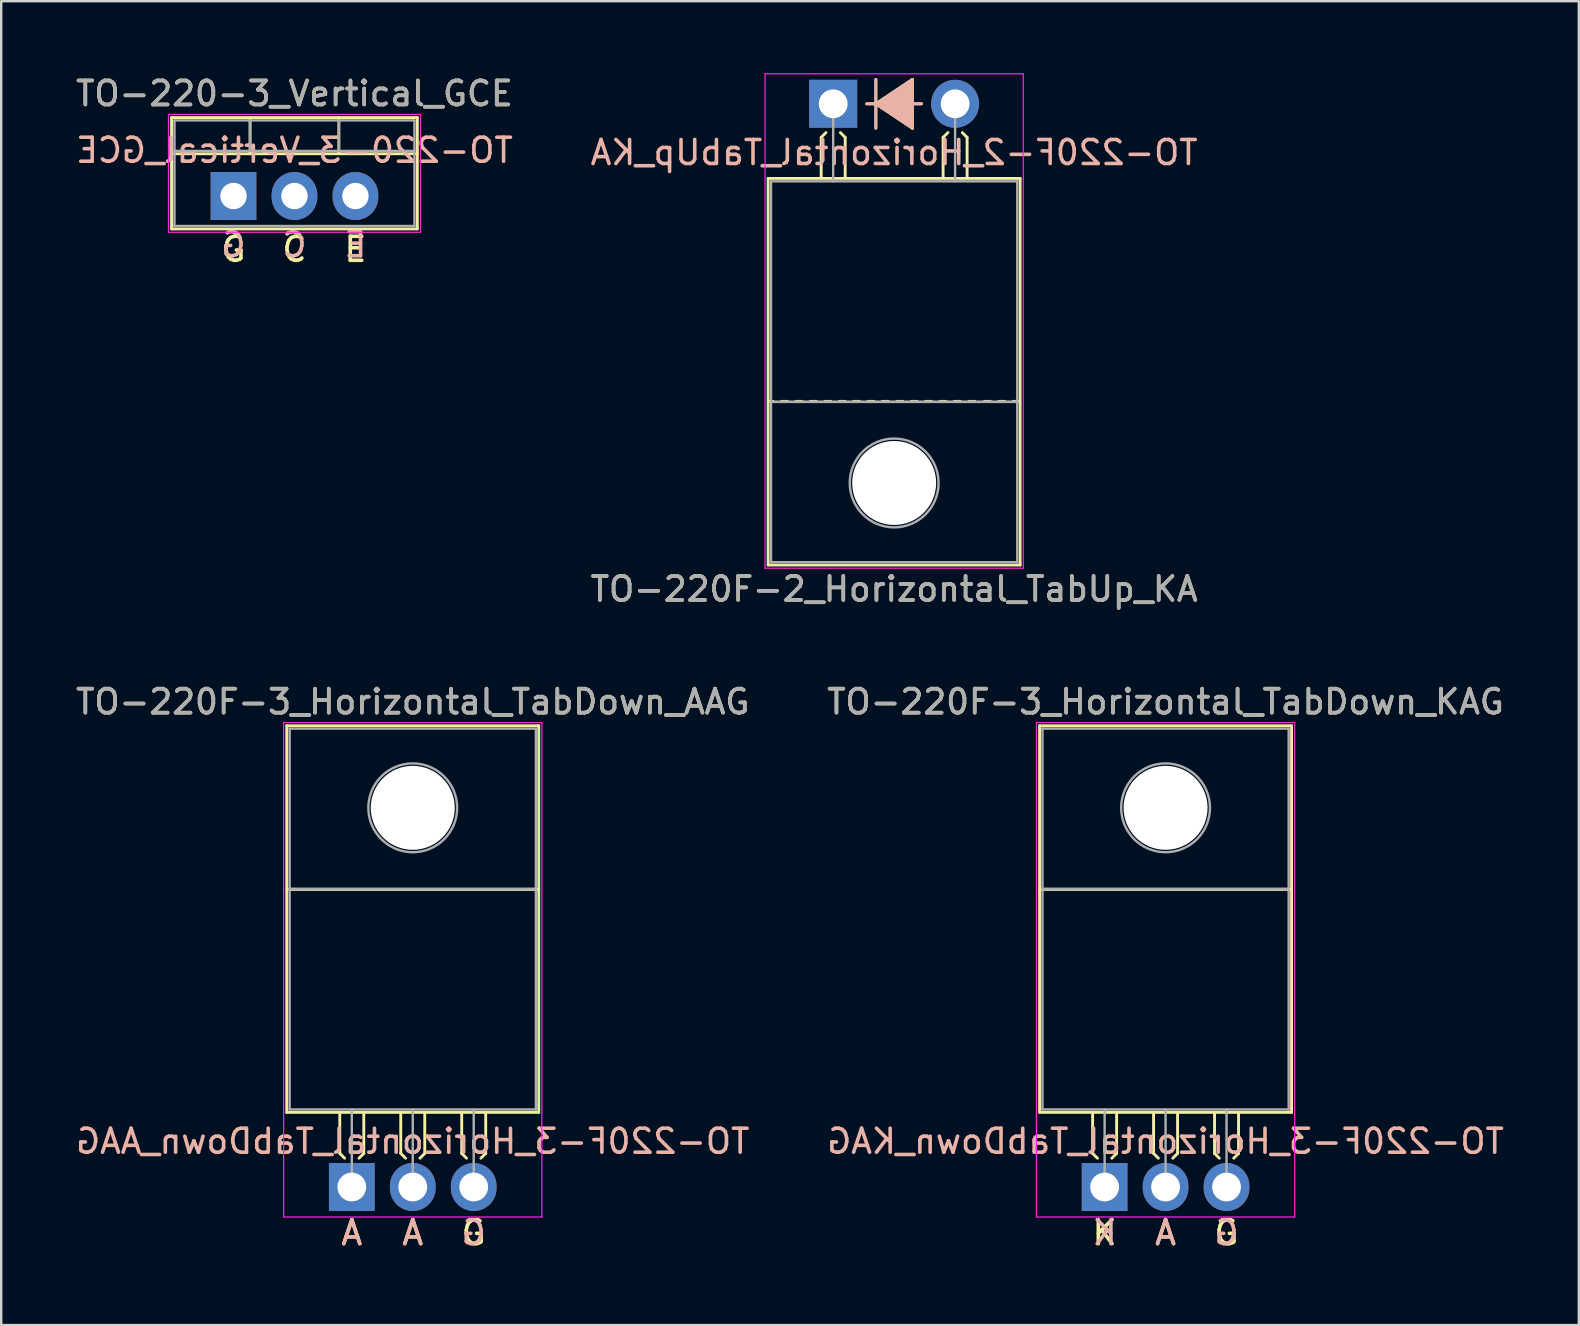
<source format=kicad_pcb>
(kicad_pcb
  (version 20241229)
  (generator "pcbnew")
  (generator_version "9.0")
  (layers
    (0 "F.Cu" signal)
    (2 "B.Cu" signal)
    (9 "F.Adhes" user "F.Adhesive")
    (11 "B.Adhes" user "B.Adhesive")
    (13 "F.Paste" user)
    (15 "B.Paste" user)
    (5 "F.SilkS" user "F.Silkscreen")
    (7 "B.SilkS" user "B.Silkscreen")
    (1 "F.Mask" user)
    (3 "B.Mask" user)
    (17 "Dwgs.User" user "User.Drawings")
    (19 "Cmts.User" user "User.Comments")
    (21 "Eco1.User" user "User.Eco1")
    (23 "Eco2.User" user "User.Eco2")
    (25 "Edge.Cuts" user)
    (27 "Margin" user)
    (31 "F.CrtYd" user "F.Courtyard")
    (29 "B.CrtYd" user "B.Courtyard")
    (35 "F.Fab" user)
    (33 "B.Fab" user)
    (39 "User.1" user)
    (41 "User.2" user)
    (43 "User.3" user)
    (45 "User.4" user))
  (footprint "TO-220F-2_Horizontal_TabUp_KA"
    (layer "F.Cu")
    (at 31.668 1.275)
    (property "Reference" "TO-220F-2_Horizontal_TabUp_KA" (at 2.54 20.22 0) (layer "F.SilkS") (effects (font (size 1 1) (thickness 0.15))))
    (fp_line (start -2.71 19.22) (end -2.71 3.11) (stroke (width 0.12) (type solid)) (layer "F.SilkS"))
    (fp_line (start -2.5 12.4) (end -2.7 12.4) (stroke (width 0.12) (type solid)) (layer "F.SilkS"))
    (fp_line (start -1.9 12.4) (end -2.15 12.4) (stroke (width 0.12) (type solid)) (layer "F.SilkS"))
    (fp_line (start -1.3 12.4) (end -1.55 12.4) (stroke (width 0.12) (type solid)) (layer "F.SilkS"))
    (fp_line (start -0.7 12.4) (end -0.95 12.4) (stroke (width 0.12) (type solid)) (layer "F.SilkS"))
    (fp_line (start -0.5 1.4) (end -0.3 1.2) (stroke (width 0.12) (type solid)) (layer "F.SilkS"))
    (fp_line (start -0.5 3.048) (end -0.5 1.4) (stroke (width 0.12) (type solid)) (layer "F.SilkS"))
    (fp_line (start -0.1 12.4) (end -0.35 12.4) (stroke (width 0.12) (type solid)) (layer "F.SilkS"))
    (fp_line (start 0.5 1.4) (end 0.3 1.2) (stroke (width 0.12) (type solid)) (layer "F.SilkS"))
    (fp_line (start 0.5 3.048) (end 0.5 1.4) (stroke (width 0.12) (type solid)) (layer "F.SilkS"))
    (fp_line (start 0.5 12.4) (end 0.25 12.4) (stroke (width 0.12) (type solid)) (layer "F.SilkS"))
    (fp_line (start 1.1 12.4) (end 0.85 12.4) (stroke (width 0.12) (type solid)) (layer "F.SilkS"))
    (fp_line (start 1.397 0) (end 1.778 0) (stroke (width 0.12) (type solid)) (layer "F.SilkS"))
    (fp_line (start 1.7 12.4) (end 1.45 12.4) (stroke (width 0.12) (type solid)) (layer "F.SilkS"))
    (fp_line (start 1.778 0) (end 1.778 -1.016) (stroke (width 0.12) (type solid)) (layer "F.SilkS"))
    (fp_line (start 1.778 0) (end 1.778 1.016) (stroke (width 0.12) (type solid)) (layer "F.SilkS"))
    (fp_line (start 1.778 0) (end 3.302 1.016) (stroke (width 0.12) (type solid)) (layer "F.SilkS"))
    (fp_line (start 2.3 12.4) (end 2.05 12.4) (stroke (width 0.12) (type solid)) (layer "F.SilkS"))
    (fp_line (start 2.9 12.4) (end 2.65 12.4) (stroke (width 0.12) (type solid)) (layer "F.SilkS"))
    (fp_line (start 3.302 -1.016) (end 1.778 0) (stroke (width 0.12) (type solid)) (layer "F.SilkS"))
    (fp_line (start 3.302 0) (end 3.683 0) (stroke (width 0.12) (type solid)) (layer "F.SilkS"))
    (fp_line (start 3.302 1.016) (end 3.302 -1.016) (stroke (width 0.12) (type solid)) (layer "F.SilkS"))
    (fp_line (start 3.5 12.4) (end 3.25 12.4) (stroke (width 0.12) (type solid)) (layer "F.SilkS"))
    (fp_line (start 4.1 12.4) (end 3.85 12.4) (stroke (width 0.12) (type solid)) (layer "F.SilkS"))
    (fp_line (start 4.58 1.4) (end 4.78 1.2) (stroke (width 0.12) (type solid)) (layer "F.SilkS"))
    (fp_line (start 4.58 3.048) (end 4.58 1.4) (stroke (width 0.12) (type solid)) (layer "F.SilkS"))
    (fp_line (start 4.7 12.4) (end 4.45 12.4) (stroke (width 0.12) (type solid)) (layer "F.SilkS"))
    (fp_line (start 5.3 12.4) (end 5.05 12.4) (stroke (width 0.12) (type solid)) (layer "F.SilkS"))
    (fp_line (start 5.58 1.4) (end 5.38 1.2) (stroke (width 0.12) (type solid)) (layer "F.SilkS"))
    (fp_line (start 5.58 3.048) (end 5.58 1.4) (stroke (width 0.12) (type solid)) (layer "F.SilkS"))
    (fp_line (start 5.9 12.4) (end 5.65 12.4) (stroke (width 0.12) (type solid)) (layer "F.SilkS"))
    (fp_line (start 6.55 12.4) (end 6.3 12.4) (stroke (width 0.12) (type solid)) (layer "F.SilkS"))
    (fp_line (start 7.15 12.4) (end 6.9 12.4) (stroke (width 0.12) (type solid)) (layer "F.SilkS"))
    (fp_line (start 7.75 12.4) (end 7.5 12.4) (stroke (width 0.12) (type solid)) (layer "F.SilkS"))
    (fp_line (start 7.79 3.11) (end -2.71 3.11) (stroke (width 0.12) (type solid)) (layer "F.SilkS"))
    (fp_line (start 7.79 19.22) (end -2.71 19.22) (stroke (width 0.12) (type solid)) (layer "F.SilkS"))
    (fp_line (start 7.79 19.22) (end 7.79 3.11) (stroke (width 0.12) (type solid)) (layer "F.SilkS"))
    (fp_poly (pts (xy 3.3 1) (xy 1.8 0) (xy 3.3 -1)) (stroke (width 0.1) (type solid)) (fill yes) (layer "F.SilkS"))
    (fp_line (start 1.397 0) (end 1.778 0) (stroke (width 0.12) (type solid)) (layer "B.SilkS"))
    (fp_line (start 1.778 0) (end 1.778 -1.016) (stroke (width 0.12) (type solid)) (layer "B.SilkS"))
    (fp_line (start 1.778 0) (end 1.778 1.016) (stroke (width 0.12) (type solid)) (layer "B.SilkS"))
    (fp_line (start 1.778 0) (end 3.302 -1.016) (stroke (width 0.12) (type solid)) (layer "B.SilkS"))
    (fp_line (start 3.302 -1.016) (end 3.302 1.016) (stroke (width 0.12) (type solid)) (layer "B.SilkS"))
    (fp_line (start 3.302 0) (end 3.683 0) (stroke (width 0.12) (type solid)) (layer "B.SilkS"))
    (fp_line (start 3.302 1.016) (end 1.778 0) (stroke (width 0.12) (type solid)) (layer "B.SilkS"))
    (fp_poly (pts (xy 3.3 -1) (xy 1.8 0) (xy 3.3 1)) (stroke (width 0.1) (type solid)) (fill yes) (layer "B.SilkS"))
    (fp_line (start -2.84 -1.25) (end -2.84 19.35) (stroke (width 0.05) (type solid)) (layer "F.CrtYd"))
    (fp_line (start -2.84 19.35) (end 7.92 19.35) (stroke (width 0.05) (type solid)) (layer "F.CrtYd"))
    (fp_line (start 7.92 -1.25) (end -2.84 -1.25) (stroke (width 0.05) (type solid)) (layer "F.CrtYd"))
    (fp_line (start 7.92 19.35) (end 7.92 -1.25) (stroke (width 0.05) (type solid)) (layer "F.CrtYd"))
    (fp_line (start -2.59 3.23) (end -2.59 12.42) (stroke (width 0.1) (type solid)) (layer "F.Fab"))
    (fp_line (start -2.59 12.42) (end -2.59 19.1) (stroke (width 0.1) (type solid)) (layer "F.Fab"))
    (fp_line (start -2.59 12.42) (end 7.67 12.42) (stroke (width 0.1) (type solid)) (layer "F.Fab"))
    (fp_line (start -2.59 19.1) (end 7.67 19.1) (stroke (width 0.1) (type solid)) (layer "F.Fab"))
    (fp_line (start 0 3.23) (end 0 0) (stroke (width 0.1) (type solid)) (layer "F.Fab"))
    (fp_line (start 5.08 3.23) (end 5.08 0) (stroke (width 0.1) (type solid)) (layer "F.Fab"))
    (fp_line (start 7.67 3.23) (end -2.59 3.23) (stroke (width 0.1) (type solid)) (layer "F.Fab"))
    (fp_line (start 7.67 12.42) (end -2.59 12.42) (stroke (width 0.1) (type solid)) (layer "F.Fab"))
    (fp_line (start 7.67 12.42) (end 7.67 3.23) (stroke (width 0.1) (type solid)) (layer "F.Fab"))
    (fp_line (start 7.67 19.1) (end 7.67 12.42) (stroke (width 0.1) (type solid)) (layer "F.Fab"))
    (fp_circle (center 2.54 15.8) (end 4.39 15.8) (stroke (width 0.1) (type solid)) (fill no) (layer "F.Fab"))
    (fp_text user "${REFERENCE}" (at 2.54 2.032 0) (layer "B.SilkS") (effects (font (size 1 1) (thickness 0.15)) (justify mirror)))
    (fp_text user "${REFERENCE}" (at 2.54 20.22 0) (layer "F.Fab") (effects (font (size 1 1) (thickness 0.15))))
    (pad "" np_thru_hole oval (at 2.54 15.8) (size 3.5 3.5) (drill 3.5) (layers "*.Cu" "*.Mask"))
    (pad "1" thru_hole rect (at 0 0) (size 2 2) (drill 1.2) (layers "*.Cu" "*.Mask"))
    (pad "2" thru_hole oval (at 5.08 0) (size 2 2) (drill 1.2) (layers "*.Cu" "*.Mask")))
  (footprint "TO-220F-3_Horizontal_TabDown_KAG"
    (layer "F.Cu")
    (at 42.978 46.411)
    (property "Reference" "TO-220F-3_Horizontal_TabDown_KAG" (at 2.54 -20.22 0) (layer "F.SilkS") (effects (font (size 1 1) (thickness 0.15))))
    (fp_line (start -2.71 -19.22) (end -2.71 -3.11) (stroke (width 0.12) (type solid)) (layer "F.SilkS"))
    (fp_line (start -2.71 -19.22) (end 7.79 -19.22) (stroke (width 0.12) (type solid)) (layer "F.SilkS"))
    (fp_line (start -2.71 -3.11) (end 7.79 -3.11) (stroke (width 0.12) (type solid)) (layer "F.SilkS"))
    (fp_line (start -2.7 -12.4) (end 7.75 -12.4) (stroke (width 0.12) (type solid)) (layer "F.SilkS"))
    (fp_line (start -0.5 -3.048) (end -0.5 -1.4) (stroke (width 0.12) (type solid)) (layer "F.SilkS"))
    (fp_line (start -0.5 -1.4) (end -0.3 -1.2) (stroke (width 0.12) (type solid)) (layer "F.SilkS"))
    (fp_line (start 0.5 -3.048) (end 0.5 -1.4) (stroke (width 0.12) (type solid)) (layer "F.SilkS"))
    (fp_line (start 0.5 -1.4) (end 0.3 -1.2) (stroke (width 0.12) (type solid)) (layer "F.SilkS"))
    (fp_line (start 2.04 -3.048) (end 2.04 -1.4) (stroke (width 0.12) (type solid)) (layer "F.SilkS"))
    (fp_line (start 2.04 -1.4) (end 2.24 -1.2) (stroke (width 0.12) (type solid)) (layer "F.SilkS"))
    (fp_line (start 3.04 -3.048) (end 3.04 -1.4) (stroke (width 0.12) (type solid)) (layer "F.SilkS"))
    (fp_line (start 3.04 -1.4) (end 2.84 -1.2) (stroke (width 0.12) (type solid)) (layer "F.SilkS"))
    (fp_line (start 4.58 -3.048) (end 4.58 -1.4) (stroke (width 0.12) (type solid)) (layer "F.SilkS"))
    (fp_line (start 4.58 -1.4) (end 4.78 -1.2) (stroke (width 0.12) (type solid)) (layer "F.SilkS"))
    (fp_line (start 5.58 -3.048) (end 5.58 -1.4) (stroke (width 0.12) (type solid)) (layer "F.SilkS"))
    (fp_line (start 5.58 -1.4) (end 5.38 -1.2) (stroke (width 0.12) (type solid)) (layer "F.SilkS"))
    (fp_line (start 7.79 -19.22) (end 7.79 -3.11) (stroke (width 0.12) (type solid)) (layer "F.SilkS"))
    (fp_line (start -2.84 -19.35) (end -2.84 1.25) (stroke (width 0.05) (type solid)) (layer "F.CrtYd"))
    (fp_line (start -2.84 1.25) (end 7.92 1.25) (stroke (width 0.05) (type solid)) (layer "F.CrtYd"))
    (fp_line (start 7.92 -19.35) (end -2.84 -19.35) (stroke (width 0.05) (type solid)) (layer "F.CrtYd"))
    (fp_line (start 7.92 1.25) (end 7.92 -19.35) (stroke (width 0.05) (type solid)) (layer "F.CrtYd"))
    (fp_line (start -2.59 -19.1) (end 7.67 -19.1) (stroke (width 0.1) (type solid)) (layer "F.Fab"))
    (fp_line (start -2.59 -12.42) (end -2.59 -19.1) (stroke (width 0.1) (type solid)) (layer "F.Fab"))
    (fp_line (start -2.59 -12.42) (end 7.67 -12.42) (stroke (width 0.1) (type solid)) (layer "F.Fab"))
    (fp_line (start -2.59 -3.23) (end -2.59 -12.42) (stroke (width 0.1) (type solid)) (layer "F.Fab"))
    (fp_line (start 0 -3.23) (end 0 0) (stroke (width 0.1) (type solid)) (layer "F.Fab"))
    (fp_line (start 2.54 -3.23) (end 2.54 0) (stroke (width 0.1) (type solid)) (layer "F.Fab"))
    (fp_line (start 5.08 -3.23) (end 5.08 0) (stroke (width 0.1) (type solid)) (layer "F.Fab"))
    (fp_line (start 7.67 -19.1) (end 7.67 -12.42) (stroke (width 0.1) (type solid)) (layer "F.Fab"))
    (fp_line (start 7.67 -12.42) (end -2.59 -12.42) (stroke (width 0.1) (type solid)) (layer "F.Fab"))
    (fp_line (start 7.67 -12.42) (end 7.67 -3.23) (stroke (width 0.1) (type solid)) (layer "F.Fab"))
    (fp_line (start 7.67 -3.23) (end -2.59 -3.23) (stroke (width 0.1) (type solid)) (layer "F.Fab"))
    (fp_circle (center 2.54 -15.8) (end 4.39 -15.8) (stroke (width 0.1) (type solid)) (fill no) (layer "F.Fab"))
    (fp_text user "A" (at 2.54 1.905 0) (unlocked yes) (layer "F.SilkS") (effects (font (size 1 1) (thickness 0.15))))
    (fp_text user "K" (at 0 1.905 0) (unlocked yes) (layer "F.SilkS") (effects (font (size 1 1) (thickness 0.15))))
    (fp_text user "G" (at 5.08 1.905 0) (unlocked yes) (layer "F.SilkS") (effects (font (size 1 1) (thickness 0.15))))
    (fp_text user "G" (at 5.08 1.905 0) (unlocked yes) (layer "B.SilkS") (effects (font (size 1 1) (thickness 0.15)) (justify mirror)))
    (fp_text user "A" (at 2.54 1.905 0) (unlocked yes) (layer "B.SilkS") (effects (font (size 1 1) (thickness 0.15)) (justify mirror)))
    (fp_text user "${REFERENCE}" (at 2.54 -1.905 0) (layer "B.SilkS") (effects (font (size 1 1) (thickness 0.15)) (justify mirror)))
    (fp_text user "K" (at 0 1.905 0) (unlocked yes) (layer "B.SilkS") (effects (font (size 1 1) (thickness 0.15)) (justify mirror)))
    (fp_text user "${REFERENCE}" (at 2.54 -20.22 0) (layer "F.Fab") (effects (font (size 1 1) (thickness 0.15))))
    (pad "" np_thru_hole oval (at 2.54 -15.8) (size 3.5 3.5) (drill 3.5) (layers "*.Cu" "*.Mask"))
    (pad "1" thru_hole rect (at 0 0) (size 1.905 2) (drill 1.2) (layers "*.Cu" "*.Mask"))
    (pad "2" thru_hole oval (at 2.54 0) (size 1.905 2) (drill 1.2) (layers "*.Cu" "*.Mask"))
    (pad "3" thru_hole oval (at 5.08 0) (size 1.905 2) (drill 1.2) (layers "*.Cu" "*.Mask")))
  (footprint "TO-220F-3_Horizontal_TabDown_AAG"
    (layer "F.Cu")
    (at 11.609 46.411)
    (property "Reference" "TO-220F-3_Horizontal_TabDown_AAG" (at 2.54 -20.22 0) (layer "F.SilkS") (effects (font (size 1 1) (thickness 0.15))))
    (fp_line (start -2.71 -19.22) (end -2.71 -3.11) (stroke (width 0.12) (type solid)) (layer "F.SilkS"))
    (fp_line (start -2.71 -19.22) (end 7.79 -19.22) (stroke (width 0.12) (type solid)) (layer "F.SilkS"))
    (fp_line (start -2.71 -3.11) (end 7.79 -3.11) (stroke (width 0.12) (type solid)) (layer "F.SilkS"))
    (fp_line (start -2.7 -12.4) (end 7.75 -12.4) (stroke (width 0.12) (type solid)) (layer "F.SilkS"))
    (fp_line (start -0.5 -3.048) (end -0.5 -1.4) (stroke (width 0.12) (type solid)) (layer "F.SilkS"))
    (fp_line (start -0.5 -1.4) (end -0.3 -1.2) (stroke (width 0.12) (type solid)) (layer "F.SilkS"))
    (fp_line (start 0.5 -3.048) (end 0.5 -1.4) (stroke (width 0.12) (type solid)) (layer "F.SilkS"))
    (fp_line (start 0.5 -1.4) (end 0.3 -1.2) (stroke (width 0.12) (type solid)) (layer "F.SilkS"))
    (fp_line (start 2.04 -3.048) (end 2.04 -1.4) (stroke (width 0.12) (type solid)) (layer "F.SilkS"))
    (fp_line (start 2.04 -1.4) (end 2.24 -1.2) (stroke (width 0.12) (type solid)) (layer "F.SilkS"))
    (fp_line (start 3.04 -3.048) (end 3.04 -1.4) (stroke (width 0.12) (type solid)) (layer "F.SilkS"))
    (fp_line (start 3.04 -1.4) (end 2.84 -1.2) (stroke (width 0.12) (type solid)) (layer "F.SilkS"))
    (fp_line (start 4.58 -3.048) (end 4.58 -1.4) (stroke (width 0.12) (type solid)) (layer "F.SilkS"))
    (fp_line (start 4.58 -1.4) (end 4.78 -1.2) (stroke (width 0.12) (type solid)) (layer "F.SilkS"))
    (fp_line (start 5.58 -3.048) (end 5.58 -1.4) (stroke (width 0.12) (type solid)) (layer "F.SilkS"))
    (fp_line (start 5.58 -1.4) (end 5.38 -1.2) (stroke (width 0.12) (type solid)) (layer "F.SilkS"))
    (fp_line (start 7.79 -19.22) (end 7.79 -3.11) (stroke (width 0.12) (type solid)) (layer "F.SilkS"))
    (fp_line (start -2.84 -19.35) (end -2.84 1.25) (stroke (width 0.05) (type solid)) (layer "F.CrtYd"))
    (fp_line (start -2.84 1.25) (end 7.92 1.25) (stroke (width 0.05) (type solid)) (layer "F.CrtYd"))
    (fp_line (start 7.92 -19.35) (end -2.84 -19.35) (stroke (width 0.05) (type solid)) (layer "F.CrtYd"))
    (fp_line (start 7.92 1.25) (end 7.92 -19.35) (stroke (width 0.05) (type solid)) (layer "F.CrtYd"))
    (fp_line (start -2.59 -19.1) (end 7.67 -19.1) (stroke (width 0.1) (type solid)) (layer "F.Fab"))
    (fp_line (start -2.59 -12.42) (end -2.59 -19.1) (stroke (width 0.1) (type solid)) (layer "F.Fab"))
    (fp_line (start -2.59 -12.42) (end 7.67 -12.42) (stroke (width 0.1) (type solid)) (layer "F.Fab"))
    (fp_line (start -2.59 -3.23) (end -2.59 -12.42) (stroke (width 0.1) (type solid)) (layer "F.Fab"))
    (fp_line (start 0 -3.23) (end 0 0) (stroke (width 0.1) (type solid)) (layer "F.Fab"))
    (fp_line (start 2.54 -3.23) (end 2.54 0) (stroke (width 0.1) (type solid)) (layer "F.Fab"))
    (fp_line (start 5.08 -3.23) (end 5.08 0) (stroke (width 0.1) (type solid)) (layer "F.Fab"))
    (fp_line (start 7.67 -19.1) (end 7.67 -12.42) (stroke (width 0.1) (type solid)) (layer "F.Fab"))
    (fp_line (start 7.67 -12.42) (end -2.59 -12.42) (stroke (width 0.1) (type solid)) (layer "F.Fab"))
    (fp_line (start 7.67 -12.42) (end 7.67 -3.23) (stroke (width 0.1) (type solid)) (layer "F.Fab"))
    (fp_line (start 7.67 -3.23) (end -2.59 -3.23) (stroke (width 0.1) (type solid)) (layer "F.Fab"))
    (fp_circle (center 2.54 -15.8) (end 4.39 -15.8) (stroke (width 0.1) (type solid)) (fill no) (layer "F.Fab"))
    (fp_text user "A" (at 2.54 1.905 0) (unlocked yes) (layer "F.SilkS") (effects (font (size 1 1) (thickness 0.15))))
    (fp_text user "A" (at 0 1.905 0) (unlocked yes) (layer "F.SilkS") (effects (font (size 1 1) (thickness 0.15))))
    (fp_text user "G" (at 5.08 1.905 0) (unlocked yes) (layer "F.SilkS") (effects (font (size 1 1) (thickness 0.15))))
    (fp_text user "A" (at 0 1.905 0) (unlocked yes) (layer "B.SilkS") (effects (font (size 1 1) (thickness 0.15)) (justify mirror)))
    (fp_text user "A" (at 2.54 1.905 0) (unlocked yes) (layer "B.SilkS") (effects (font (size 1 1) (thickness 0.15)) (justify mirror)))
    (fp_text user "G" (at 5.08 1.905 0) (unlocked yes) (layer "B.SilkS") (effects (font (size 1 1) (thickness 0.15)) (justify mirror)))
    (fp_text user "${REFERENCE}" (at 2.54 -1.905 0) (layer "B.SilkS") (effects (font (size 1 1) (thickness 0.15)) (justify mirror)))
    (fp_text user "${REFERENCE}" (at 2.54 -20.22 0) (layer "F.Fab") (effects (font (size 1 1) (thickness 0.15))))
    (pad "" np_thru_hole oval (at 2.54 -15.8) (size 3.5 3.5) (drill 3.5) (layers "*.Cu" "*.Mask"))
    (pad "1" thru_hole rect (at 0 0) (size 1.905 2) (drill 1.2) (layers "*.Cu" "*.Mask"))
    (pad "2" thru_hole oval (at 2.54 0) (size 1.905 2) (drill 1.2) (layers "*.Cu" "*.Mask"))
    (pad "3" thru_hole oval (at 5.08 0) (size 1.905 2) (drill 1.2) (layers "*.Cu" "*.Mask")))
  (footprint "TO-220-3_Vertical_GCE"
    (layer "F.Cu")
    (at 6.68 5.118)
    (property "Reference" "TO-220-3_Vertical_GCE" (at 2.54 -4.27 0) (layer "F.SilkS") (effects (font (size 1 1) (thickness 0.15))))
    (fp_line (start -2.58 -3.27) (end -2.58 1.371) (stroke (width 0.12) (type solid)) (layer "F.SilkS"))
    (fp_line (start -2.58 -3.27) (end 7.66 -3.27) (stroke (width 0.12) (type solid)) (layer "F.SilkS"))
    (fp_line (start -2.58 -1.76) (end 7.66 -1.76) (stroke (width 0.12) (type solid)) (layer "F.SilkS"))
    (fp_line (start -2.58 1.371) (end 7.66 1.371) (stroke (width 0.12) (type solid)) (layer "F.SilkS"))
    (fp_line (start 0.69 -3.27) (end 0.69 -1.76) (stroke (width 0.12) (type solid)) (layer "F.SilkS"))
    (fp_line (start 4.391 -3.27) (end 4.391 -1.76) (stroke (width 0.12) (type solid)) (layer "F.SilkS"))
    (fp_line (start 7.66 -3.27) (end 7.66 1.371) (stroke (width 0.12) (type solid)) (layer "F.SilkS"))
    (fp_line (start -2.71 -3.4) (end -2.71 1.51) (stroke (width 0.05) (type solid)) (layer "F.CrtYd"))
    (fp_line (start -2.71 1.51) (end 7.79 1.51) (stroke (width 0.05) (type solid)) (layer "F.CrtYd"))
    (fp_line (start 7.79 -3.4) (end -2.71 -3.4) (stroke (width 0.05) (type solid)) (layer "F.CrtYd"))
    (fp_line (start 7.79 1.51) (end 7.79 -3.4) (stroke (width 0.05) (type solid)) (layer "F.CrtYd"))
    (fp_line (start -2.46 -3.15) (end -2.46 1.25) (stroke (width 0.1) (type solid)) (layer "F.Fab"))
    (fp_line (start -2.46 -1.88) (end 7.54 -1.88) (stroke (width 0.1) (type solid)) (layer "F.Fab"))
    (fp_line (start -2.46 1.25) (end 7.54 1.25) (stroke (width 0.1) (type solid)) (layer "F.Fab"))
    (fp_line (start 0.69 -3.15) (end 0.69 -1.88) (stroke (width 0.1) (type solid)) (layer "F.Fab"))
    (fp_line (start 4.39 -3.15) (end 4.39 -1.88) (stroke (width 0.1) (type solid)) (layer "F.Fab"))
    (fp_line (start 7.54 -3.15) (end -2.46 -3.15) (stroke (width 0.1) (type solid)) (layer "F.Fab"))
    (fp_line (start 7.54 1.25) (end 7.54 -3.15) (stroke (width 0.1) (type solid)) (layer "F.Fab"))
    (fp_text user "C" (at 2.54 2.223 0) (unlocked yes) (layer "F.SilkS") (effects (font (size 1 1) (thickness 0.15))))
    (fp_text user "E" (at 5.08 2.223 0) (unlocked yes) (layer "F.SilkS") (effects (font (size 1 1) (thickness 0.15))))
    (fp_text user "G" (at 0 2.223 0) (unlocked yes) (layer "F.SilkS") (effects (font (size 1 1) (thickness 0.15))))
    (fp_text user "C" (at 2.54 2.032 0) (unlocked yes) (layer "B.SilkS") (effects (font (size 1 1) (thickness 0.15)) (justify mirror)))
    (fp_text user "G" (at 0 2.032 0) (unlocked yes) (layer "B.SilkS") (effects (font (size 1 1) (thickness 0.15)) (justify mirror)))
    (fp_text user "E" (at 5.08 2.032 0) (unlocked yes) (layer "B.SilkS") (effects (font (size 1 1) (thickness 0.15)) (justify mirror)))
    (fp_text user "${REFERENCE}" (at 2.54 -1.905 0) (layer "B.SilkS") (effects (font (size 1 1) (thickness 0.15)) (justify mirror)))
    (fp_text user "${REFERENCE}" (at 2.54 -4.27 0) (layer "F.Fab") (effects (font (size 1 1) (thickness 0.15))))
    (pad "1" thru_hole rect (at 0 0) (size 1.905 2) (drill 1.1) (layers "*.Cu" "*.Mask"))
    (pad "2" thru_hole oval (at 2.54 0) (size 1.905 2) (drill 1.1) (layers "*.Cu" "*.Mask"))
    (pad "3" thru_hole oval (at 5.08 0) (size 1.905 2) (drill 1.1) (layers "*.Cu" "*.Mask")))
  (gr_rect
    (start -3 -3)
    (end 62.738 52.165)
    (stroke (width 0.1) (type default))
    (fill no)
    (layer "Edge.Cuts")))
</source>
